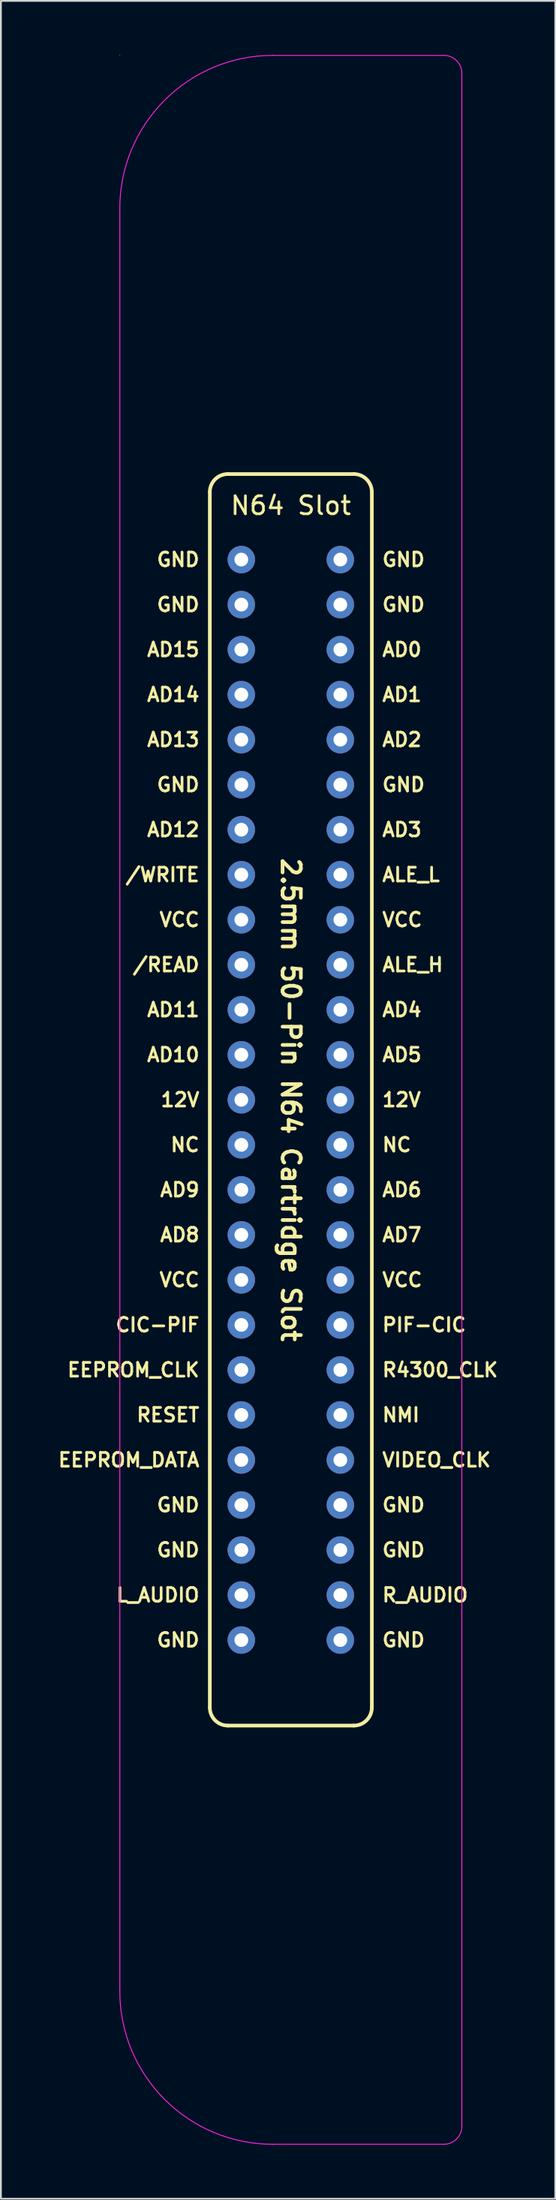
<source format=kicad_pcb>
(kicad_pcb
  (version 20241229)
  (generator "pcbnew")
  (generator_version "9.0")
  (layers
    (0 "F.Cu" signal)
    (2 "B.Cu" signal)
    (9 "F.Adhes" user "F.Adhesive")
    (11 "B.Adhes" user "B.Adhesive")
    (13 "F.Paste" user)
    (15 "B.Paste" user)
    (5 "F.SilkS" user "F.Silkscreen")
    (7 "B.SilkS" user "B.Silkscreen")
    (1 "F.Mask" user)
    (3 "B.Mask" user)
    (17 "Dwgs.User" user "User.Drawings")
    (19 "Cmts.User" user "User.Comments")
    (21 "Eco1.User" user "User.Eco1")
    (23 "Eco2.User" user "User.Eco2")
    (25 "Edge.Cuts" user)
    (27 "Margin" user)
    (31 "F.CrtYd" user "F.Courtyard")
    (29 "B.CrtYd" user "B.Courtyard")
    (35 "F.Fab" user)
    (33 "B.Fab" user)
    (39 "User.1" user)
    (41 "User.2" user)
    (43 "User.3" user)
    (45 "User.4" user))
  (footprint "N64 Slot"
    (layer "F.Cu")
    (at 13.106 58.025)
    (property "Reference" "N64 Slot" (at 0 -33 0) (unlocked yes) (layer "F.SilkS") (effects (font (size 1 1) (thickness 0.15))))
    (attr through_hole)
    (fp_line (start -4.5 -33.75) (end -4.5 33.75) (stroke (width 0.203) (type default)) (layer "F.SilkS"))
    (fp_line (start -3.5 34.75) (end 3.5 34.75) (stroke (width 0.203) (type default)) (layer "F.SilkS"))
    (fp_line (start 3.5 -34.75) (end -3.5 -34.75) (stroke (width 0.203) (type default)) (layer "F.SilkS"))
    (fp_line (start 4.5 33.75) (end 4.5 -33.75) (stroke (width 0.203) (type default)) (layer "F.SilkS"))
    (fp_arc (start -4.5 -33.75) (mid -4.207107 -34.457107) (end -3.5 -34.75) (stroke (width 0.2032) (type default)) (layer "F.SilkS"))
    (fp_arc (start -3.5 34.75) (mid -4.207107 34.457107) (end -4.5 33.75) (stroke (width 0.2032) (type default)) (layer "F.SilkS"))
    (fp_arc (start 3.5 -34.75) (mid 4.207107 -34.457107) (end 4.5 -33.75) (stroke (width 0.2032) (type default)) (layer "F.SilkS"))
    (fp_arc (start 4.5 33.75) (mid 4.207107 34.457107) (end 3.5 34.75) (stroke (width 0.2032) (type default)) (layer "F.SilkS"))
    (fp_line (start -9.5 -58) (end -9.5 -58) (stroke (width 0.05) (type default)) (layer "F.CrtYd"))
    (fp_line (start -9.5 49.5) (end -9.5 -49.5) (stroke (width 0.05) (type default)) (layer "F.CrtYd"))
    (fp_line (start 8.5 -58) (end -1 -58) (stroke (width 0.05) (type default)) (layer "F.CrtYd"))
    (fp_line (start 8.5 58) (end -1 58) (stroke (width 0.05) (type default)) (layer "F.CrtYd"))
    (fp_line (start 9.5 -57) (end 9.5 57) (stroke (width 0.05) (type default)) (layer "F.CrtYd"))
    (fp_arc (start -9.5 -49.5) (mid -7.010408 -55.510408) (end -1 -58) (stroke (width 0.05) (type default)) (layer "F.CrtYd"))
    (fp_arc (start -1 58) (mid -7.010408 55.510408) (end -9.5 49.5) (stroke (width 0.05) (type default)) (layer "F.CrtYd"))
    (fp_arc (start 8.5 -58) (mid 9.207107 -57.707107) (end 9.5 -57) (stroke (width 0.05) (type default)) (layer "F.CrtYd"))
    (fp_arc (start 9.5 57) (mid 9.207107 57.707107) (end 8.5 58) (stroke (width 0.05) (type default)) (layer "F.CrtYd"))
    (fp_text user "CIC-PIF" (at -5 12.5 0) (unlocked yes) (layer "F.SilkS") (effects (font (size 0.762 0.762) (thickness 0.152)) (justify right)))
    (fp_text user "AD10" (at -5 -2.5 0) (unlocked yes) (layer "F.SilkS") (effects (font (size 0.762 0.762) (thickness 0.152)) (justify right)))
    (fp_text user "ALE_H" (at 5 -7.5 0) (unlocked yes) (layer "F.SilkS") (effects (font (size 0.762 0.762) (thickness 0.152)) (justify left)))
    (fp_text user "PIF-CIC" (at 5 12.5 0) (unlocked yes) (layer "F.SilkS") (effects (font (size 0.762 0.762) (thickness 0.152)) (justify left)))
    (fp_text user "GND" (at -5 25 0) (unlocked yes) (layer "F.SilkS") (effects (font (size 0.762 0.762) (thickness 0.152)) (justify right)))
    (fp_text user "AD11" (at -5 -5 0) (unlocked yes) (layer "F.SilkS") (effects (font (size 0.762 0.762) (thickness 0.152)) (justify right)))
    (fp_text user "AD13" (at -5 -20 0) (unlocked yes) (layer "F.SilkS") (effects (font (size 0.762 0.762) (thickness 0.152)) (justify right)))
    (fp_text user "RESET" (at -5 17.5 0) (unlocked yes) (layer "F.SilkS") (effects (font (size 0.762 0.762) (thickness 0.152)) (justify right)))
    (fp_text user "AD15" (at -5 -25 0) (unlocked yes) (layer "F.SilkS") (effects (font (size 0.762 0.762) (thickness 0.152)) (justify right)))
    (fp_text user "AD5" (at 5 -2.5 0) (unlocked yes) (layer "F.SilkS") (effects (font (size 0.762 0.762) (thickness 0.152)) (justify left)))
    (fp_text user "GND" (at -5 30 0) (unlocked yes) (layer "F.SilkS") (effects (font (size 0.762 0.762) (thickness 0.152)) (justify right)))
    (fp_text user "/WRITE" (at -5 -12.5 0) (unlocked yes) (layer "F.SilkS") (effects (font (size 0.762 0.762) (thickness 0.152)) (justify right)))
    (fp_text user "EEPROM_DATA" (at -5 20 0) (unlocked yes) (layer "F.SilkS") (effects (font (size 0.762 0.762) (thickness 0.152)) (justify right)))
    (fp_text user "GND" (at -5 -30 0) (unlocked yes) (layer "F.SilkS") (effects (font (size 0.762 0.762) (thickness 0.152)) (justify right)))
    (fp_text user "AD3" (at 5 -15 0) (unlocked yes) (layer "F.SilkS") (effects (font (size 0.762 0.762) (thickness 0.152)) (justify left)))
    (fp_text user "GND" (at 5 30 0) (unlocked yes) (layer "F.SilkS") (effects (font (size 0.762 0.762) (thickness 0.152)) (justify left)))
    (fp_text user "VIDEO_CLK" (at 5 20 0) (unlocked yes) (layer "F.SilkS") (effects (font (size 0.762 0.762) (thickness 0.152)) (justify left)))
    (fp_text user "GND" (at 5 25 0) (unlocked yes) (layer "F.SilkS") (effects (font (size 0.762 0.762) (thickness 0.152)) (justify left)))
    (fp_text user "GND" (at -5 -27.5 0) (unlocked yes) (layer "F.SilkS") (effects (font (size 0.762 0.762) (thickness 0.152)) (justify right)))
    (fp_text user "R4300_CLK" (at 5 15 0) (unlocked yes) (layer "F.SilkS") (effects (font (size 0.762 0.762) (thickness 0.152)) (justify left)))
    (fp_text user "AD4" (at 5 -5 0) (unlocked yes) (layer "F.SilkS") (effects (font (size 0.762 0.762) (thickness 0.152)) (justify left)))
    (fp_text user "AD12" (at -5 -15 0) (unlocked yes) (layer "F.SilkS") (effects (font (size 0.762 0.762) (thickness 0.152)) (justify right)))
    (fp_text user "2.5mm 50-Pin N64 Cartridge Slot" (at 0 0 270) (unlocked yes) (layer "F.SilkS") (effects (font (size 1.016 1.016) (thickness 0.203))))
    (fp_text user "VCC" (at -5 -10 0) (unlocked yes) (layer "F.SilkS") (effects (font (size 0.762 0.762) (thickness 0.152)) (justify right)))
    (fp_text user "EEPROM_CLK" (at -5 15 0) (unlocked yes) (layer "F.SilkS") (effects (font (size 0.762 0.762) (thickness 0.152)) (justify right)))
    (fp_text user "GND" (at 5 -17.5 0) (unlocked yes) (layer "F.SilkS") (effects (font (size 0.762 0.762) (thickness 0.152)) (justify left)))
    (fp_text user "AD0" (at 5 -25 0) (unlocked yes) (layer "F.SilkS") (effects (font (size 0.762 0.762) (thickness 0.152)) (justify left)))
    (fp_text user "VCC" (at -5 10 0) (unlocked yes) (layer "F.SilkS") (effects (font (size 0.762 0.762) (thickness 0.152)) (justify right)))
    (fp_text user "12V" (at -5 0 0) (unlocked yes) (layer "F.SilkS") (effects (font (size 0.762 0.762) (thickness 0.152)) (justify right)))
    (fp_text user "AD6" (at 5 5 0) (unlocked yes) (layer "F.SilkS") (effects (font (size 0.762 0.762) (thickness 0.152)) (justify left)))
    (fp_text user "VCC" (at 5 10 0) (unlocked yes) (layer "F.SilkS") (effects (font (size 0.762 0.762) (thickness 0.152)) (justify left)))
    (fp_text user "L_AUDIO" (at -5 27.5 0) (unlocked yes) (layer "F.SilkS") (effects (font (size 0.762 0.762) (thickness 0.152)) (justify right)))
    (fp_text user "12V" (at 5 0 0) (unlocked yes) (layer "F.SilkS") (effects (font (size 0.762 0.762) (thickness 0.152)) (justify left)))
    (fp_text user "GND" (at -5 -17.5 0) (unlocked yes) (layer "F.SilkS") (effects (font (size 0.762 0.762) (thickness 0.152)) (justify right)))
    (fp_text user "NC" (at -5 2.5 0) (unlocked yes) (layer "F.SilkS") (effects (font (size 0.762 0.762) (thickness 0.152)) (justify right)))
    (fp_text user "GND" (at 5 -27.5 0) (unlocked yes) (layer "F.SilkS") (effects (font (size 0.762 0.762) (thickness 0.152)) (justify left)))
    (fp_text user "AD1" (at 5 -22.5 0) (unlocked yes) (layer "F.SilkS") (effects (font (size 0.762 0.762) (thickness 0.152)) (justify left)))
    (fp_text user "R_AUDIO" (at 5 27.5 0) (unlocked yes) (layer "F.SilkS") (effects (font (size 0.762 0.762) (thickness 0.152)) (justify left)))
    (fp_text user "GND" (at 5 -30 0) (unlocked yes) (layer "F.SilkS") (effects (font (size 0.762 0.762) (thickness 0.152)) (justify left)))
    (fp_text user "GND" (at -5 22.5 0) (unlocked yes) (layer "F.SilkS") (effects (font (size 0.762 0.762) (thickness 0.152)) (justify right)))
    (fp_text user "GND" (at 5 22.5 0) (unlocked yes) (layer "F.SilkS") (effects (font (size 0.762 0.762) (thickness 0.152)) (justify left)))
    (fp_text user "AD7" (at 5 7.5 0) (unlocked yes) (layer "F.SilkS") (effects (font (size 0.762 0.762) (thickness 0.152)) (justify left)))
    (fp_text user "VCC" (at 5 -10 0) (unlocked yes) (layer "F.SilkS") (effects (font (size 0.762 0.762) (thickness 0.152)) (justify left)))
    (fp_text user "AD14" (at -5 -22.5 0) (unlocked yes) (layer "F.SilkS") (effects (font (size 0.762 0.762) (thickness 0.152)) (justify right)))
    (fp_text user "AD9" (at -5 5 0) (unlocked yes) (layer "F.SilkS") (effects (font (size 0.762 0.762) (thickness 0.152)) (justify right)))
    (fp_text user "NMI" (at 5 17.5 0) (unlocked yes) (layer "F.SilkS") (effects (font (size 0.762 0.762) (thickness 0.152)) (justify left)))
    (fp_text user "AD2" (at 5 -20 0) (unlocked yes) (layer "F.SilkS") (effects (font (size 0.762 0.762) (thickness 0.152)) (justify left)))
    (fp_text user "/READ" (at -5 -7.5 0) (unlocked yes) (layer "F.SilkS") (effects (font (size 0.762 0.762) (thickness 0.152)) (justify right)))
    (fp_text user "NC" (at 5 2.5 0) (unlocked yes) (layer "F.SilkS") (effects (font (size 0.762 0.762) (thickness 0.152)) (justify left)))
    (fp_text user "ALE_L" (at 5 -12.5 0) (unlocked yes) (layer "F.SilkS") (effects (font (size 0.762 0.762) (thickness 0.152)) (justify left)))
    (fp_text user "AD8" (at -5 7.5 0) (unlocked yes) (layer "F.SilkS") (effects (font (size 0.762 0.762) (thickness 0.152)) (justify right)))
    (pad "1" thru_hole circle (at -2.75 -30 270) (size 1.524 1.524) (drill 0.762) (layers "*.Cu" "*.Mask"))
    (pad "2" thru_hole circle (at -2.75 -27.5 270) (size 1.524 1.524) (drill 0.762) (layers "*.Cu" "*.Mask"))
    (pad "3" thru_hole circle (at -2.75 -25 270) (size 1.524 1.524) (drill 0.762) (layers "*.Cu" "*.Mask"))
    (pad "4" thru_hole circle (at -2.75 -22.5 270) (size 1.524 1.524) (drill 0.762) (layers "*.Cu" "*.Mask"))
    (pad "5" thru_hole circle (at -2.75 -20 270) (size 1.524 1.524) (drill 0.762) (layers "*.Cu" "*.Mask"))
    (pad "6" thru_hole circle (at -2.75 -17.5 270) (size 1.524 1.524) (drill 0.762) (layers "*.Cu" "*.Mask"))
    (pad "7" thru_hole circle (at -2.75 -15 270) (size 1.524 1.524) (drill 0.762) (layers "*.Cu" "*.Mask"))
    (pad "8" thru_hole circle (at -2.75 -12.5 270) (size 1.524 1.524) (drill 0.762) (layers "*.Cu" "*.Mask"))
    (pad "9" thru_hole circle (at -2.75 -10 270) (size 1.524 1.524) (drill 0.762) (layers "*.Cu" "*.Mask"))
    (pad "10" thru_hole circle (at -2.75 -7.5 270) (size 1.524 1.524) (drill 0.762) (layers "*.Cu" "*.Mask"))
    (pad "11" thru_hole circle (at -2.75 -5 270) (size 1.524 1.524) (drill 0.762) (layers "*.Cu" "*.Mask"))
    (pad "12" thru_hole circle (at -2.75 -2.5 270) (size 1.524 1.524) (drill 0.762) (layers "*.Cu" "*.Mask"))
    (pad "13" thru_hole circle (at -2.75 0 270) (size 1.524 1.524) (drill 0.762) (layers "*.Cu" "*.Mask"))
    (pad "14" thru_hole circle (at -2.75 2.5 270) (size 1.524 1.524) (drill 0.762) (layers "*.Cu" "*.Mask"))
    (pad "15" thru_hole circle (at -2.75 5 270) (size 1.524 1.524) (drill 0.762) (layers "*.Cu" "*.Mask"))
    (pad "16" thru_hole circle (at -2.75 7.5 270) (size 1.524 1.524) (drill 0.762) (layers "*.Cu" "*.Mask"))
    (pad "17" thru_hole circle (at -2.75 10 270) (size 1.524 1.524) (drill 0.762) (layers "*.Cu" "*.Mask"))
    (pad "18" thru_hole circle (at -2.75 12.5 270) (size 1.524 1.524) (drill 0.762) (layers "*.Cu" "*.Mask"))
    (pad "19" thru_hole circle (at -2.75 15 270) (size 1.524 1.524) (drill 0.762) (layers "*.Cu" "*.Mask"))
    (pad "20" thru_hole circle (at -2.75 17.5 270) (size 1.524 1.524) (drill 0.762) (layers "*.Cu" "*.Mask"))
    (pad "21" thru_hole circle (at -2.75 20 270) (size 1.524 1.524) (drill 0.762) (layers "*.Cu" "*.Mask"))
    (pad "22" thru_hole circle (at -2.75 22.5 270) (size 1.524 1.524) (drill 0.762) (layers "*.Cu" "*.Mask"))
    (pad "23" thru_hole circle (at -2.75 25 270) (size 1.524 1.524) (drill 0.762) (layers "*.Cu" "*.Mask"))
    (pad "24" thru_hole circle (at -2.75 27.5 270) (size 1.524 1.524) (drill 0.762) (layers "*.Cu" "*.Mask"))
    (pad "25" thru_hole circle (at -2.75 30 270) (size 1.524 1.524) (drill 0.762) (layers "*.Cu" "*.Mask"))
    (pad "26" thru_hole circle (at 2.75 -30 270) (size 1.524 1.524) (drill 0.762) (layers "*.Cu" "*.Mask"))
    (pad "27" thru_hole circle (at 2.75 -27.5 270) (size 1.524 1.524) (drill 0.762) (layers "*.Cu" "*.Mask"))
    (pad "28" thru_hole circle (at 2.75 -25 270) (size 1.524 1.524) (drill 0.762) (layers "*.Cu" "*.Mask"))
    (pad "29" thru_hole circle (at 2.75 -22.5 270) (size 1.524 1.524) (drill 0.762) (layers "*.Cu" "*.Mask"))
    (pad "30" thru_hole circle (at 2.75 -20 270) (size 1.524 1.524) (drill 0.762) (layers "*.Cu" "*.Mask"))
    (pad "31" thru_hole circle (at 2.75 -17.5 270) (size 1.524 1.524) (drill 0.762) (layers "*.Cu" "*.Mask"))
    (pad "32" thru_hole circle (at 2.75 -15 270) (size 1.524 1.524) (drill 0.762) (layers "*.Cu" "*.Mask"))
    (pad "33" thru_hole circle (at 2.75 -12.5 270) (size 1.524 1.524) (drill 0.762) (layers "*.Cu" "*.Mask"))
    (pad "34" thru_hole circle (at 2.75 -10 270) (size 1.524 1.524) (drill 0.762) (layers "*.Cu" "*.Mask"))
    (pad "35" thru_hole circle (at 2.75 -7.5 270) (size 1.524 1.524) (drill 0.762) (layers "*.Cu" "*.Mask"))
    (pad "36" thru_hole circle (at 2.75 -5 270) (size 1.524 1.524) (drill 0.762) (layers "*.Cu" "*.Mask"))
    (pad "37" thru_hole circle (at 2.75 -2.5 270) (size 1.524 1.524) (drill 0.762) (layers "*.Cu" "*.Mask"))
    (pad "38" thru_hole circle (at 2.75 0 270) (size 1.524 1.524) (drill 0.762) (layers "*.Cu" "*.Mask"))
    (pad "39" thru_hole circle (at 2.75 2.5 270) (size 1.524 1.524) (drill 0.762) (layers "*.Cu" "*.Mask"))
    (pad "40" thru_hole circle (at 2.75 5 270) (size 1.524 1.524) (drill 0.762) (layers "*.Cu" "*.Mask"))
    (pad "41" thru_hole circle (at 2.75 7.5 270) (size 1.524 1.524) (drill 0.762) (layers "*.Cu" "*.Mask"))
    (pad "42" thru_hole circle (at 2.75 10 270) (size 1.524 1.524) (drill 0.762) (layers "*.Cu" "*.Mask"))
    (pad "43" thru_hole circle (at 2.75 12.5 270) (size 1.524 1.524) (drill 0.762) (layers "*.Cu" "*.Mask"))
    (pad "44" thru_hole circle (at 2.75 15 270) (size 1.524 1.524) (drill 0.762) (layers "*.Cu" "*.Mask"))
    (pad "45" thru_hole circle (at 2.75 17.5 270) (size 1.524 1.524) (drill 0.762) (layers "*.Cu" "*.Mask"))
    (pad "46" thru_hole circle (at 2.75 20 270) (size 1.524 1.524) (drill 0.762) (layers "*.Cu" "*.Mask"))
    (pad "47" thru_hole circle (at 2.75 22.5 270) (size 1.524 1.524) (drill 0.762) (layers "*.Cu" "*.Mask"))
    (pad "48" thru_hole circle (at 2.75 25 270) (size 1.524 1.524) (drill 0.762) (layers "*.Cu" "*.Mask"))
    (pad "49" thru_hole circle (at 2.75 27.5 270) (size 1.524 1.524) (drill 0.762) (layers "*.Cu" "*.Mask"))
    (pad "50" thru_hole circle (at 2.75 30 270) (size 1.524 1.524) (drill 0.762) (layers "*.Cu" "*.Mask")))
  (gr_rect
    (start -3 -3)
    (end 27.797 119.05)
    (stroke (width 0.1) (type default))
    (fill no)
    (layer "Edge.Cuts")))
</source>
